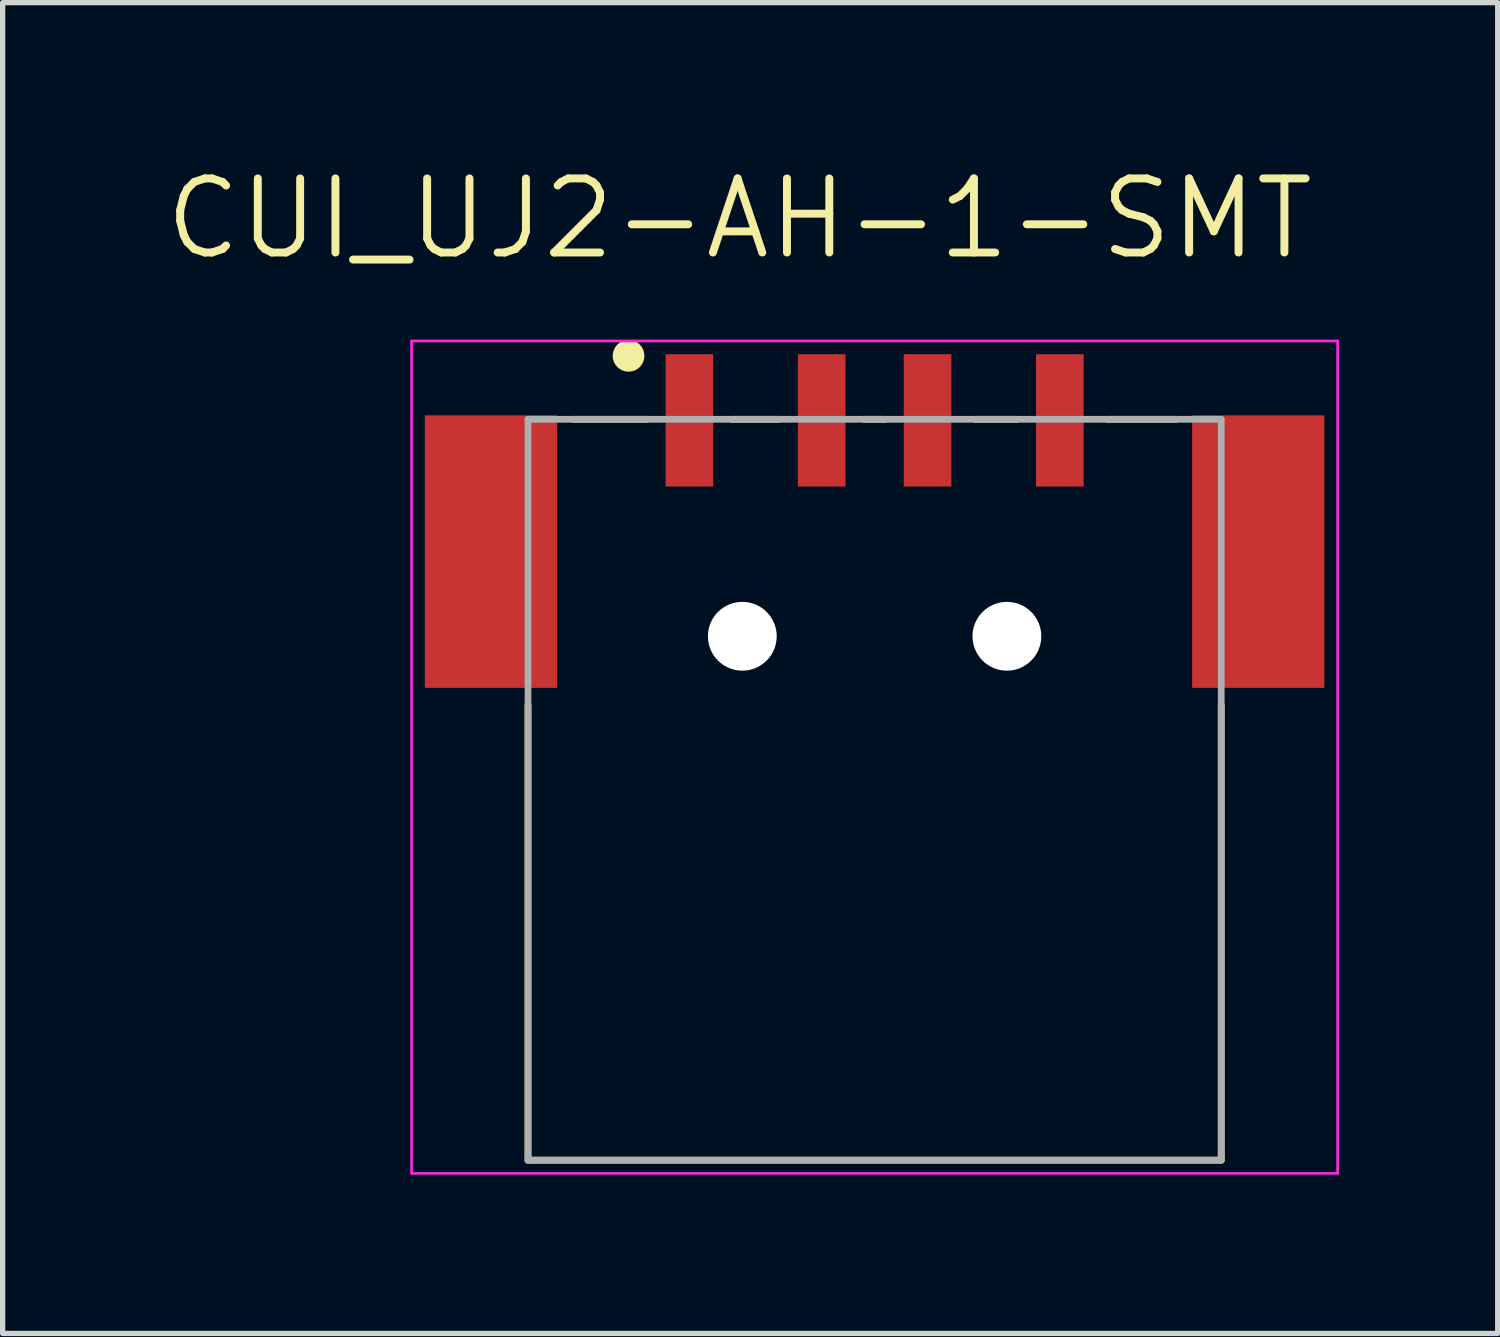
<source format=kicad_pcb>
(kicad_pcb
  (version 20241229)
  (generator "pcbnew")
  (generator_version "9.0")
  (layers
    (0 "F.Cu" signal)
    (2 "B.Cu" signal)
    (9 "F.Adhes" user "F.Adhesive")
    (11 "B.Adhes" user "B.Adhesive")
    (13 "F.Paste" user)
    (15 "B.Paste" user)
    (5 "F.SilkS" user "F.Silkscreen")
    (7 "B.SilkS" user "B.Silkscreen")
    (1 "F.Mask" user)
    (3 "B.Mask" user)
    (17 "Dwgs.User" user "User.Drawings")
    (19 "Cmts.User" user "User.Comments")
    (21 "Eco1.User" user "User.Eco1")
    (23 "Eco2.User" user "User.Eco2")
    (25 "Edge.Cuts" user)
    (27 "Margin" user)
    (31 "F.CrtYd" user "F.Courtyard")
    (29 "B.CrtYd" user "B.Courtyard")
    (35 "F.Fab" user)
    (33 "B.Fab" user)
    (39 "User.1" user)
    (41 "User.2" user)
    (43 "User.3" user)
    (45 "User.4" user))
  (footprint "CUI_UJ2-AH-1-SMT"
    (layer "F.Cu")
    (at 13.478 8.974)
    (property "Reference" "CUI_UJ2-AH-1-SMT" (at -2.556 -7.892 0) (layer "F.SilkS") (effects (font (size 1.4 1.4) (thickness 0.15))))
    (attr smd)
    (fp_line (start -6.55 1.3) (end -6.55 9.9) (stroke (width 0.127) (type solid)) (layer "F.SilkS"))
    (fp_line (start -6.55 9.9) (end 6.55 9.9) (stroke (width 0.127) (type solid)) (layer "F.SilkS"))
    (fp_line (start -4.3 -4.1) (end -5.7 -4.1) (stroke (width 0.127) (type solid)) (layer "F.SilkS"))
    (fp_line (start -2.7 -4.1) (end -1.8 -4.1) (stroke (width 0.127) (type solid)) (layer "F.SilkS"))
    (fp_line (start -0.2 -4.1) (end 0.2 -4.1) (stroke (width 0.127) (type solid)) (layer "F.SilkS"))
    (fp_line (start 1.9 -4.1) (end 2.7 -4.1) (stroke (width 0.127) (type solid)) (layer "F.SilkS"))
    (fp_line (start 4.4 -4.1) (end 5.7 -4.1) (stroke (width 0.127) (type solid)) (layer "F.SilkS"))
    (fp_line (start 6.55 9.9) (end 6.55 1.3) (stroke (width 0.127) (type solid)) (layer "F.SilkS"))
    (fp_circle (center -4.65 -5.3) (end -4.5 -5.3) (stroke (width 0.3) (type solid)) (fill no) (layer "F.SilkS"))
    (fp_line (start -8.75 -5.58) (end 8.75 -5.58) (stroke (width 0.05) (type solid)) (layer "F.CrtYd"))
    (fp_line (start -8.75 10.15) (end -8.75 -5.58) (stroke (width 0.05) (type solid)) (layer "F.CrtYd"))
    (fp_line (start 8.75 -5.58) (end 8.75 10.15) (stroke (width 0.05) (type solid)) (layer "F.CrtYd"))
    (fp_line (start 8.75 10.15) (end -8.75 10.15) (stroke (width 0.05) (type solid)) (layer "F.CrtYd"))
    (fp_line (start -6.55 -4.1) (end 6.55 -4.1) (stroke (width 0.127) (type solid)) (layer "F.Fab"))
    (fp_line (start -6.55 9.9) (end -6.55 -4.1) (stroke (width 0.127) (type solid)) (layer "F.Fab"))
    (fp_line (start 6.55 -4.1) (end 6.55 9.9) (stroke (width 0.127) (type solid)) (layer "F.Fab"))
    (fp_line (start 6.55 9.9) (end -6.55 9.9) (stroke (width 0.127) (type solid)) (layer "F.Fab"))
    (pad "" np_thru_hole circle (at -2.5 0) (size 1.3 1.3) (drill 1.3) (layers "*.Cu" "*.Mask"))
    (pad "" np_thru_hole circle (at 2.5 0) (size 1.3 1.3) (drill 1.3) (layers "*.Cu" "*.Mask"))
    (pad "1" smd rect (at -3.5 -4.08) (size 0.9 2.5) (layers "F.Cu" "F.Mask" "F.Paste"))
    (pad "2" smd rect (at -1 -4.08) (size 0.9 2.5) (layers "F.Cu" "F.Mask" "F.Paste"))
    (pad "3" smd rect (at 1 -4.08) (size 0.9 2.5) (layers "F.Cu" "F.Mask" "F.Paste"))
    (pad "4" smd rect (at 3.5 -4.08) (size 0.9 2.5) (layers "F.Cu" "F.Mask" "F.Paste"))
    (pad "S1" smd rect (at -7.25 -1.6) (size 2.5 5.15) (layers "F.Cu" "F.Mask" "F.Paste"))
    (pad "S2" smd rect (at 7.25 -1.6) (size 2.5 5.15) (layers "F.Cu" "F.Mask" "F.Paste")))
  (gr_rect
    (start -3 -3)
    (end 25.253 22.149)
    (stroke (width 0.1) (type default))
    (fill no)
    (layer "Edge.Cuts")))
</source>
